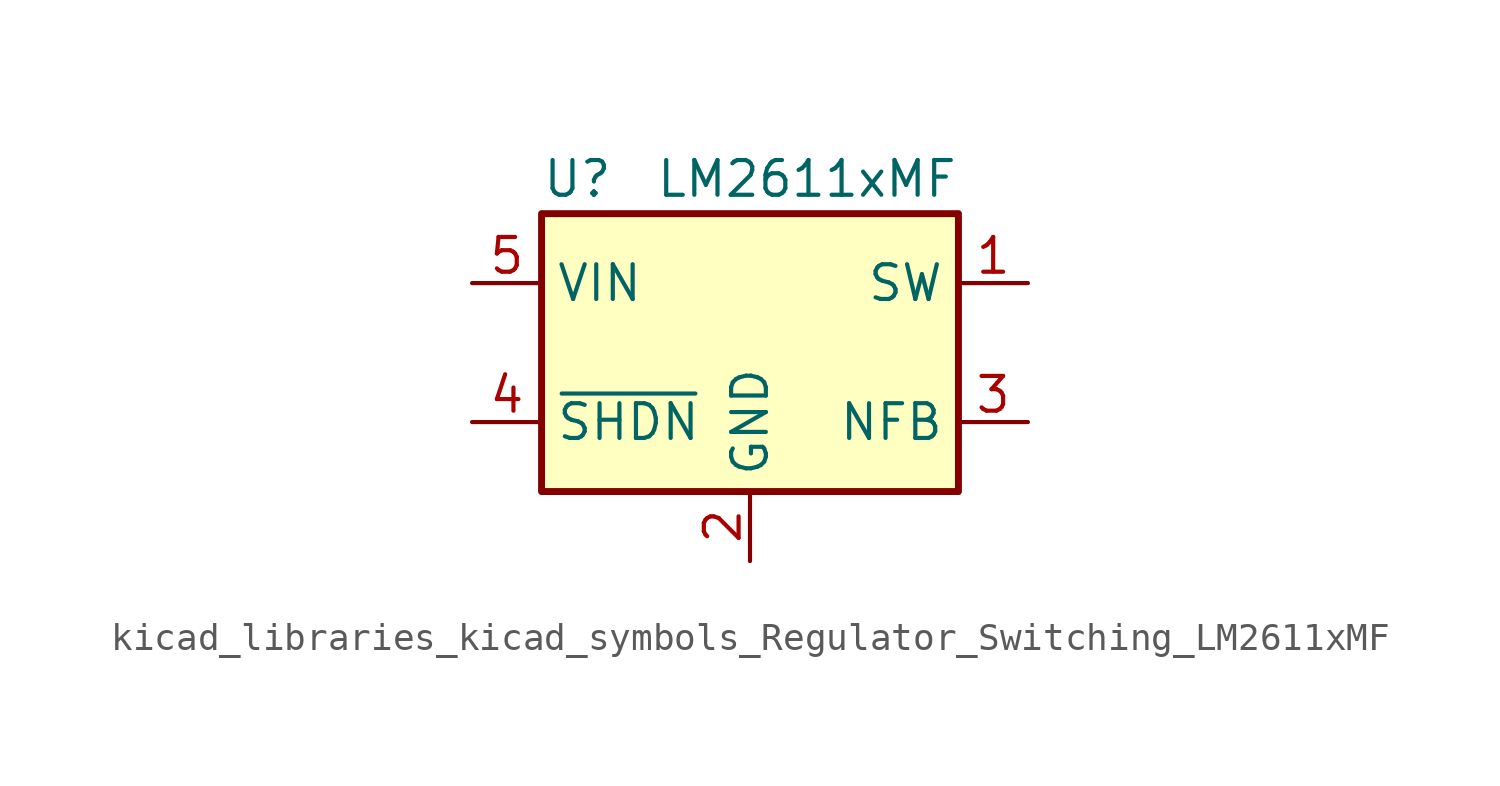
<source format=kicad_sym>
(kicad_symbol_lib
  (version 20220914)
  (generator kicad_symbol_editor)
  (symbol "kicad_libraries_kicad_symbols_Regulator_Switching_LM2611xMF"
    (property "Reference" "U"
      (at -7.62 6.35 0)
      (effects (font (size 1.27 1.27)) (justify left)))
    (property "Value" "LM2611xMF"
      (at 7.62 6.35 0)
      (effects (font (size 1.27 1.27)) (justify right)))
    (symbol "kicad_libraries_kicad_symbols_Regulator_Switching_LM2611xMF_0_1"
      (rectangle (start -7.62 5.08) (end 7.62 -5.08) (stroke (width 0.254) (type default)) (fill (type background))))
    (symbol "kicad_libraries_kicad_symbols_Regulator_Switching_LM2611xMF_1_1"
      (pin open_collector line (at 10.16 2.54 180) (length 2.54) (name "SW" (effects (font (size 1.27 1.27)))) (number "1" (effects (font (size 1.27 1.27)))))
      (pin power_in line (at 0 -7.62 90) (length 2.54) (name "GND" (effects (font (size 1.27 1.27)))) (number "2" (effects (font (size 1.27 1.27)))))
      (pin input line (at 10.16 -2.54 180) (length 2.54) (name "NFB" (effects (font (size 1.27 1.27)))) (number "3" (effects (font (size 1.27 1.27)))))
      (pin input line (at -10.16 -2.54 0) (length 2.54) (name "~{SHDN}" (effects (font (size 1.27 1.27)))) (number "4" (effects (font (size 1.27 1.27)))))
      (pin power_in line (at -10.16 2.54 0) (length 2.54) (name "VIN" (effects (font (size 1.27 1.27)))) (number "5" (effects (font (size 1.27 1.27))))))))
</source>
